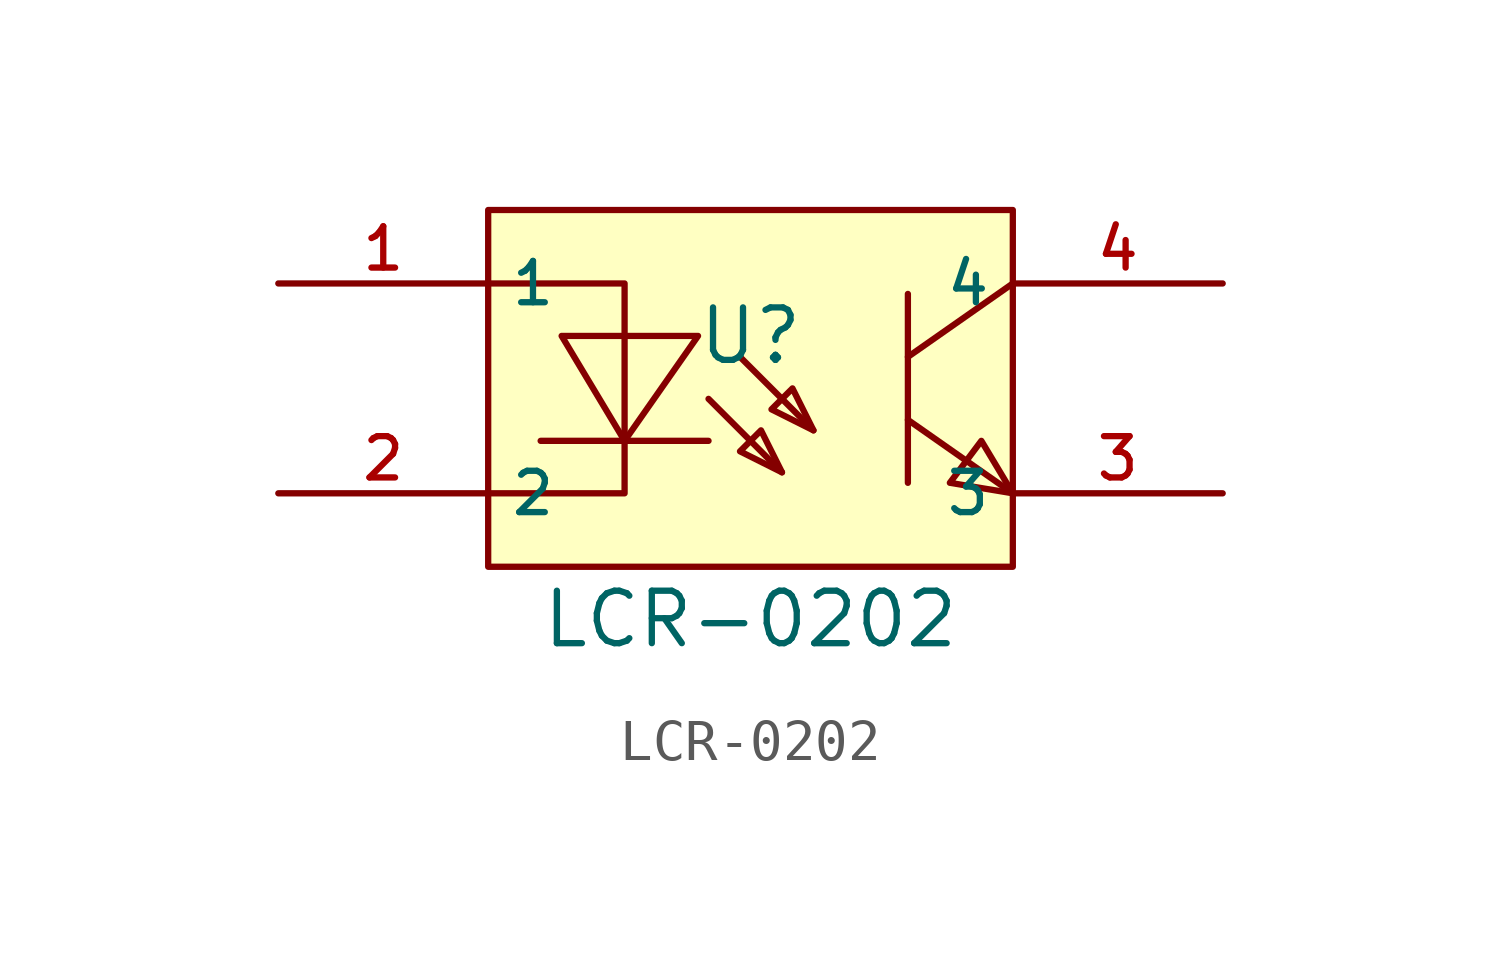
<source format=kicad_sym>
(kicad_symbol_lib
  (version 20241209)
  (generator "kicad_symbol_editor")
  (generator_version "9.0")
  (symbol "LCR-0202"
    (property "Reference" "U"
      (at 0 1.27 0)
      (effects (font (size 1.27 1.27))))
    (property "Value" "LCR-0202"
      (at 0 -5.588 0)
      (effects (font (size 1.27 1.27))))
    (symbol "LCR-0202_0_1"
      (rectangle (start -6.35 4.318) (end 6.35 -4.318) (stroke (width 0) (type default)) (fill (type background)))
      (polyline (pts (xy -6.35 2.54) (xy -3.048 2.54) (xy -3.048 -2.54) (xy -6.35 -2.54)) (stroke (width 0) (type default)) (fill (type none)))
      (polyline (pts (xy -4.572 1.27) (xy -3.048 -1.27) (xy -1.27 1.27) (xy -4.572 1.27)) (stroke (width 0) (type default)) (fill (type background)))
      (polyline (pts (xy -1.016 -0.254) (xy 0.762 -2.032)) (stroke (width 0) (type default)) (fill (type none)))
      (polyline (pts (xy -1.016 -1.27) (xy -5.08 -1.27)) (stroke (width 0) (type default)) (fill (type none)))
      (polyline (pts (xy -0.254 0.762) (xy 1.524 -1.016)) (stroke (width 0) (type default)) (fill (type none)))
      (polyline (pts (xy 0.762 -2.032) (xy 0.254 -1.016) (xy -0.254 -1.524) (xy 0.762 -2.032)) (stroke (width 0) (type default)) (fill (type background)))
      (polyline (pts (xy 1.524 -1.016) (xy 1.016 0) (xy 0.508 -0.508) (xy 1.524 -1.016)) (stroke (width 0) (type default)) (fill (type background)))
      (polyline (pts (xy 3.81 2.286) (xy 3.81 -2.286)) (stroke (width 0) (type default)) (fill (type none)))
      (polyline (pts (xy 3.81 -0.762) (xy 6.35 -2.54)) (stroke (width 0) (type default)) (fill (type none)))
      (polyline (pts (xy 6.35 2.54) (xy 3.81 0.762)) (stroke (width 0) (type default)) (fill (type none)))
      (polyline (pts (xy 6.35 -2.54) (xy 5.588 -1.27) (xy 4.826 -2.286) (xy 6.35 -2.54)) (stroke (width 0) (type default)) (fill (type background)))
      (pin unspecified line (at -11.43 2.54 0) (length 5.08) (name "1" (effects (font (size 1 1)))) (number "1" (effects (font (size 1 1)))))
      (pin unspecified line (at -11.43 -2.54 0) (length 5.08) (name "2" (effects (font (size 1 1)))) (number "2" (effects (font (size 1 1)))))
      (pin unspecified line (at 11.43 2.54 180) (length 5.08) (name "4" (effects (font (size 1 1)))) (number "4" (effects (font (size 1 1)))))
      (pin unspecified line (at 11.43 -2.54 180) (length 5.08) (name "3" (effects (font (size 1 1)))) (number "3" (effects (font (size 1 1))))))))
</source>
